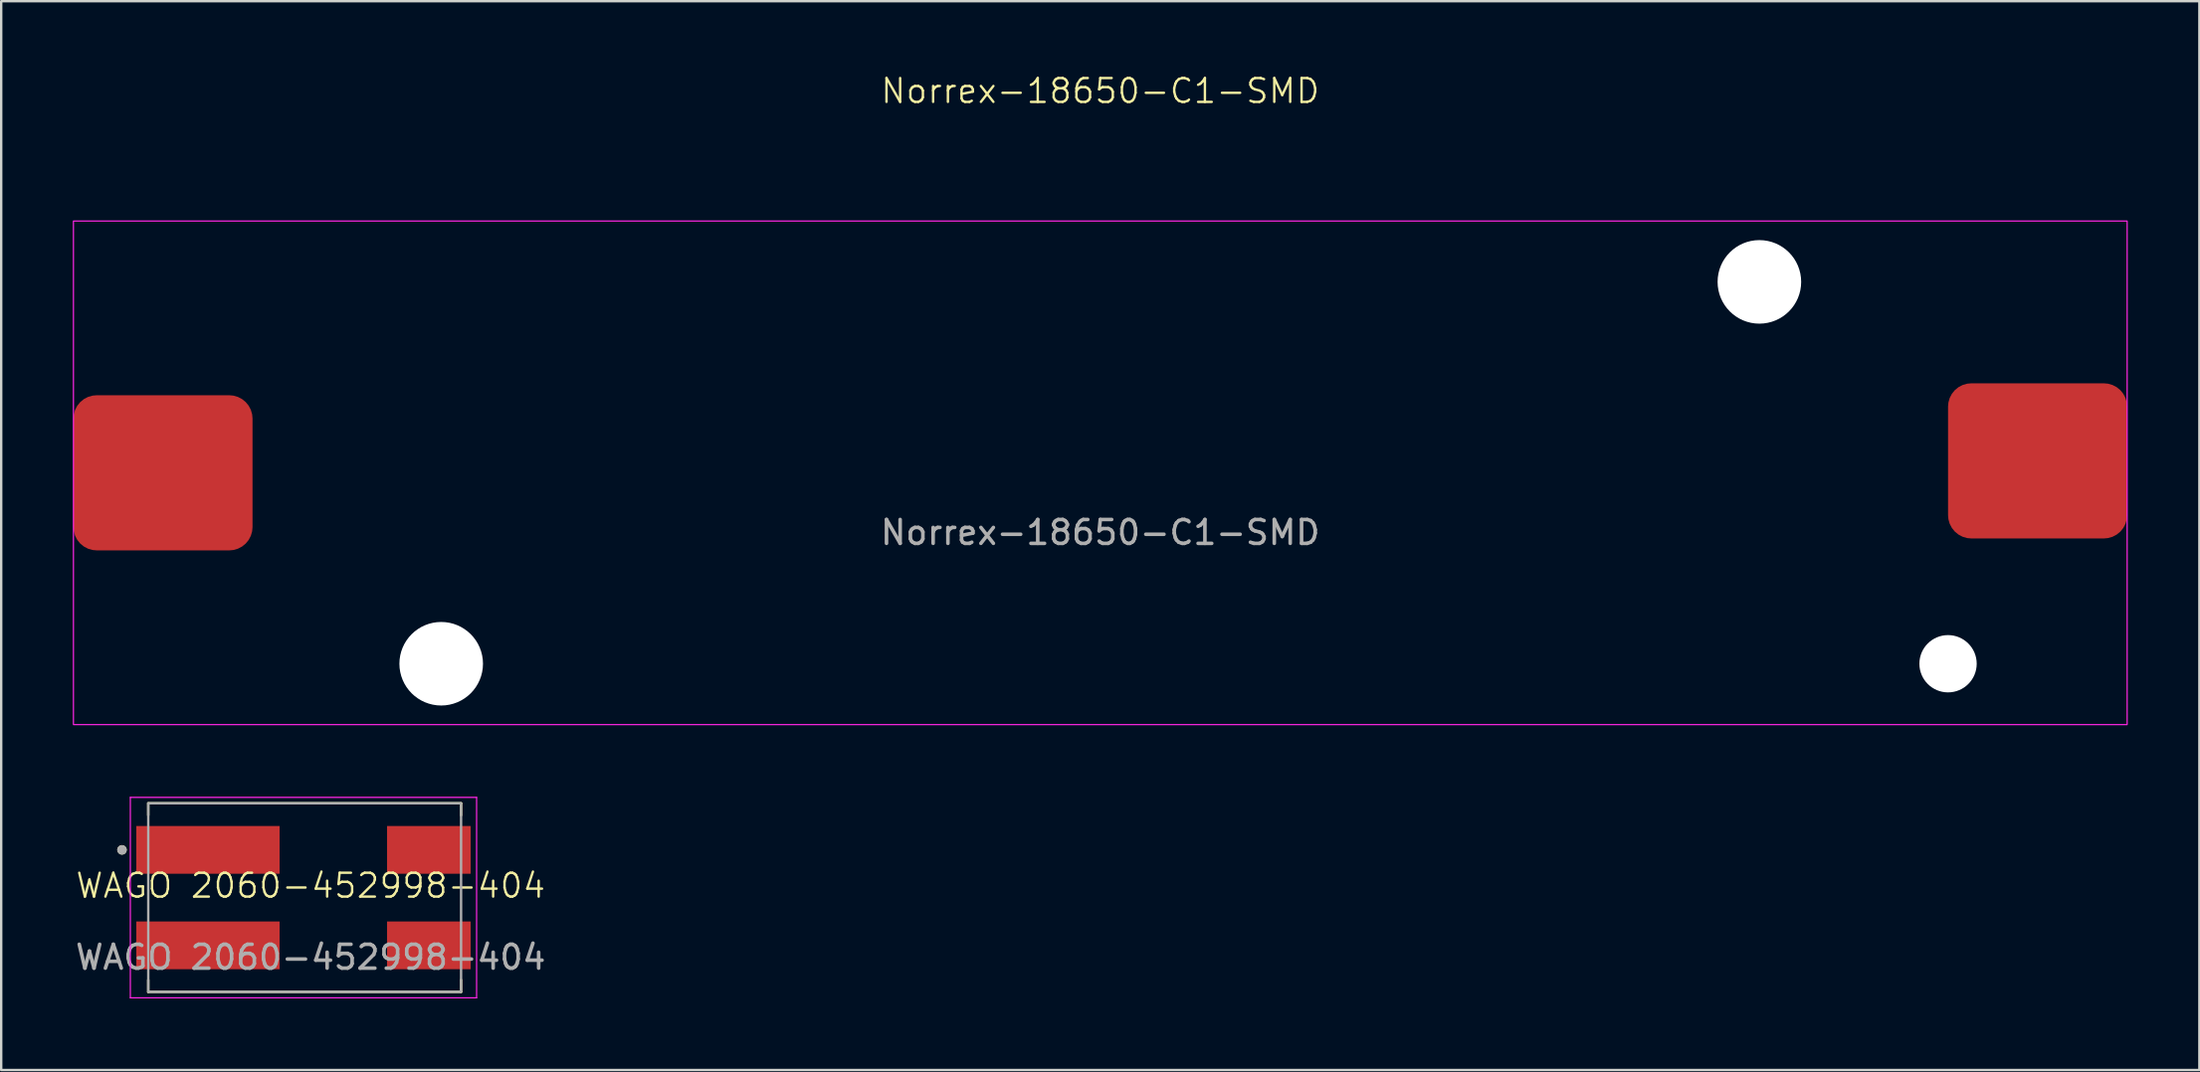
<source format=kicad_pcb>
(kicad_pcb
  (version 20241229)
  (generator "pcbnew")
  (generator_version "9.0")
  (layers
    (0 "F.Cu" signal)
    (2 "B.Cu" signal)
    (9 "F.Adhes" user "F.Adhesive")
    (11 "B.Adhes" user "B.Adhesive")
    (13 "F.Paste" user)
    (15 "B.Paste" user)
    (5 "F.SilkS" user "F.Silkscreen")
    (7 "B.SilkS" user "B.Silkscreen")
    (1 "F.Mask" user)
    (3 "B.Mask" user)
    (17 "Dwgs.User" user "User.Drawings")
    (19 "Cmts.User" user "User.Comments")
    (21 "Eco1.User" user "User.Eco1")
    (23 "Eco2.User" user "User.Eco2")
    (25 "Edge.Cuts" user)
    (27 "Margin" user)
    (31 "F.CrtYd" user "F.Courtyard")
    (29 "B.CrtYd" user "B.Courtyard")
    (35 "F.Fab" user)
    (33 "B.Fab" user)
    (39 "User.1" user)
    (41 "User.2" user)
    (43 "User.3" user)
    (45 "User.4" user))
  (footprint "Norrex-18650-C1-SMD"
    (layer "F.Cu")
    (at 43.025 16.761)
    (property "Reference" "Norrex-18650-C1-SMD" (at 0 -16 0) (unlocked yes) (layer "F.SilkS") (effects (font (size 1 1) (thickness 0.1))))
    (attr smd)
    (fp_rect (start -43 -10.55) (end 43 10.55) (stroke (width 0.05) (type solid)) (fill no) (layer "F.CrtYd"))
    (fp_text user "${REFERENCE}" (at 0 2.5 0) (unlocked yes) (layer "F.Fab") (effects (font (size 1 1) (thickness 0.15))))
    (pad "" np_thru_hole circle (at -27.6 8) (size 3.5 3.5) (drill 3.5) (layers "*.Cu" "*.Mask"))
    (pad "" np_thru_hole circle (at 27.6 -8) (size 3.5 3.5) (drill 3.5) (layers "*.Cu" "*.Mask"))
    (pad "" np_thru_hole circle (at 35.5 8) (size 2.4 2.4) (drill 2.4) (layers "*.Cu" "*.Mask"))
    (pad "1" smd roundrect (at -39.25 0) (size 7.5 6.5) (layers "F.Cu" "F.Mask" "F.Paste") (roundrect_rratio 0.15))
    (pad "2" smd roundrect (at 39.25 -0.5) (size 7.5 6.5) (layers "F.Cu" "F.Mask" "F.Paste") (roundrect_rratio 0.15)))
  (footprint "WAGO 2060-452998-404"
    (layer "F.Cu")
    (at 9.958 34.56)
    (property "Reference" "WAGO 2060-452998-404" (at 0 -0.5 0) (unlocked yes) (layer "F.SilkS") (effects (font (size 1 1) (thickness 0.1))))
    (attr smd)
    (fp_line (start -6.8 -3.95) (end -6.8 -3.45) (stroke (width 0.1) (type default)) (layer "F.SilkS"))
    (fp_line (start -6.8 -3.95) (end 6.3 -3.95) (stroke (width 0.1) (type default)) (layer "F.SilkS"))
    (fp_line (start -6.8 3.95) (end -6.8 3.45) (stroke (width 0.1) (type default)) (layer "F.SilkS"))
    (fp_line (start -6.8 3.95) (end 6.3 3.95) (stroke (width 0.1) (type default)) (layer "F.SilkS"))
    (fp_line (start 6.3 -3.95) (end 6.3 -3.45) (stroke (width 0.1) (type default)) (layer "F.SilkS"))
    (fp_line (start 6.3 3.95) (end 6.3 3.45) (stroke (width 0.1) (type default)) (layer "F.SilkS"))
    (fp_circle (center -7.9 -2) (end -7.8 -2) (stroke (width 0.2) (type solid)) (fill no) (layer "F.SilkS"))
    (fp_line (start -7.55 -4.2) (end -7.55 4.2) (stroke (width 0.05) (type solid)) (layer "F.CrtYd"))
    (fp_line (start -7.55 4.2) (end 6.95 4.2) (stroke (width 0.05) (type solid)) (layer "F.CrtYd"))
    (fp_line (start 6.95 -4.2) (end -7.55 -4.2) (stroke (width 0.05) (type solid)) (layer "F.CrtYd"))
    (fp_line (start 6.95 4.2) (end 6.95 -4.2) (stroke (width 0.05) (type solid)) (layer "F.CrtYd"))
    (fp_rect (start -6.8 -3.95) (end 6.3 3.95) (stroke (width 0.1) (type solid)) (fill no) (layer "F.Fab"))
    (fp_circle (center -7.9 -2) (end -7.8 -2) (stroke (width 0.2) (type solid)) (fill no) (layer "F.Fab"))
    (fp_text user "${REFERENCE}" (at 0 2.5 0) (unlocked yes) (layer "F.Fab") (effects (font (size 1 1) (thickness 0.15))))
    (pad "1" smd rect (at -4.3 -2) (size 6 2) (layers "F.Cu" "F.Mask" "F.Paste"))
    (pad "1" smd rect (at 4.95 -2) (size 3.5 2) (layers "F.Cu" "F.Mask" "F.Paste"))
    (pad "2" smd rect (at -4.3 2) (size 6 2) (layers "F.Cu" "F.Mask" "F.Paste"))
    (pad "2" smd rect (at 4.95 2) (size 3.5 2) (layers "F.Cu" "F.Mask" "F.Paste")))
  (gr_rect
    (start -3 -3)
    (end 89.05 41.785)
    (stroke (width 0.1) (type default))
    (fill no)
    (layer "Edge.Cuts")))
</source>
